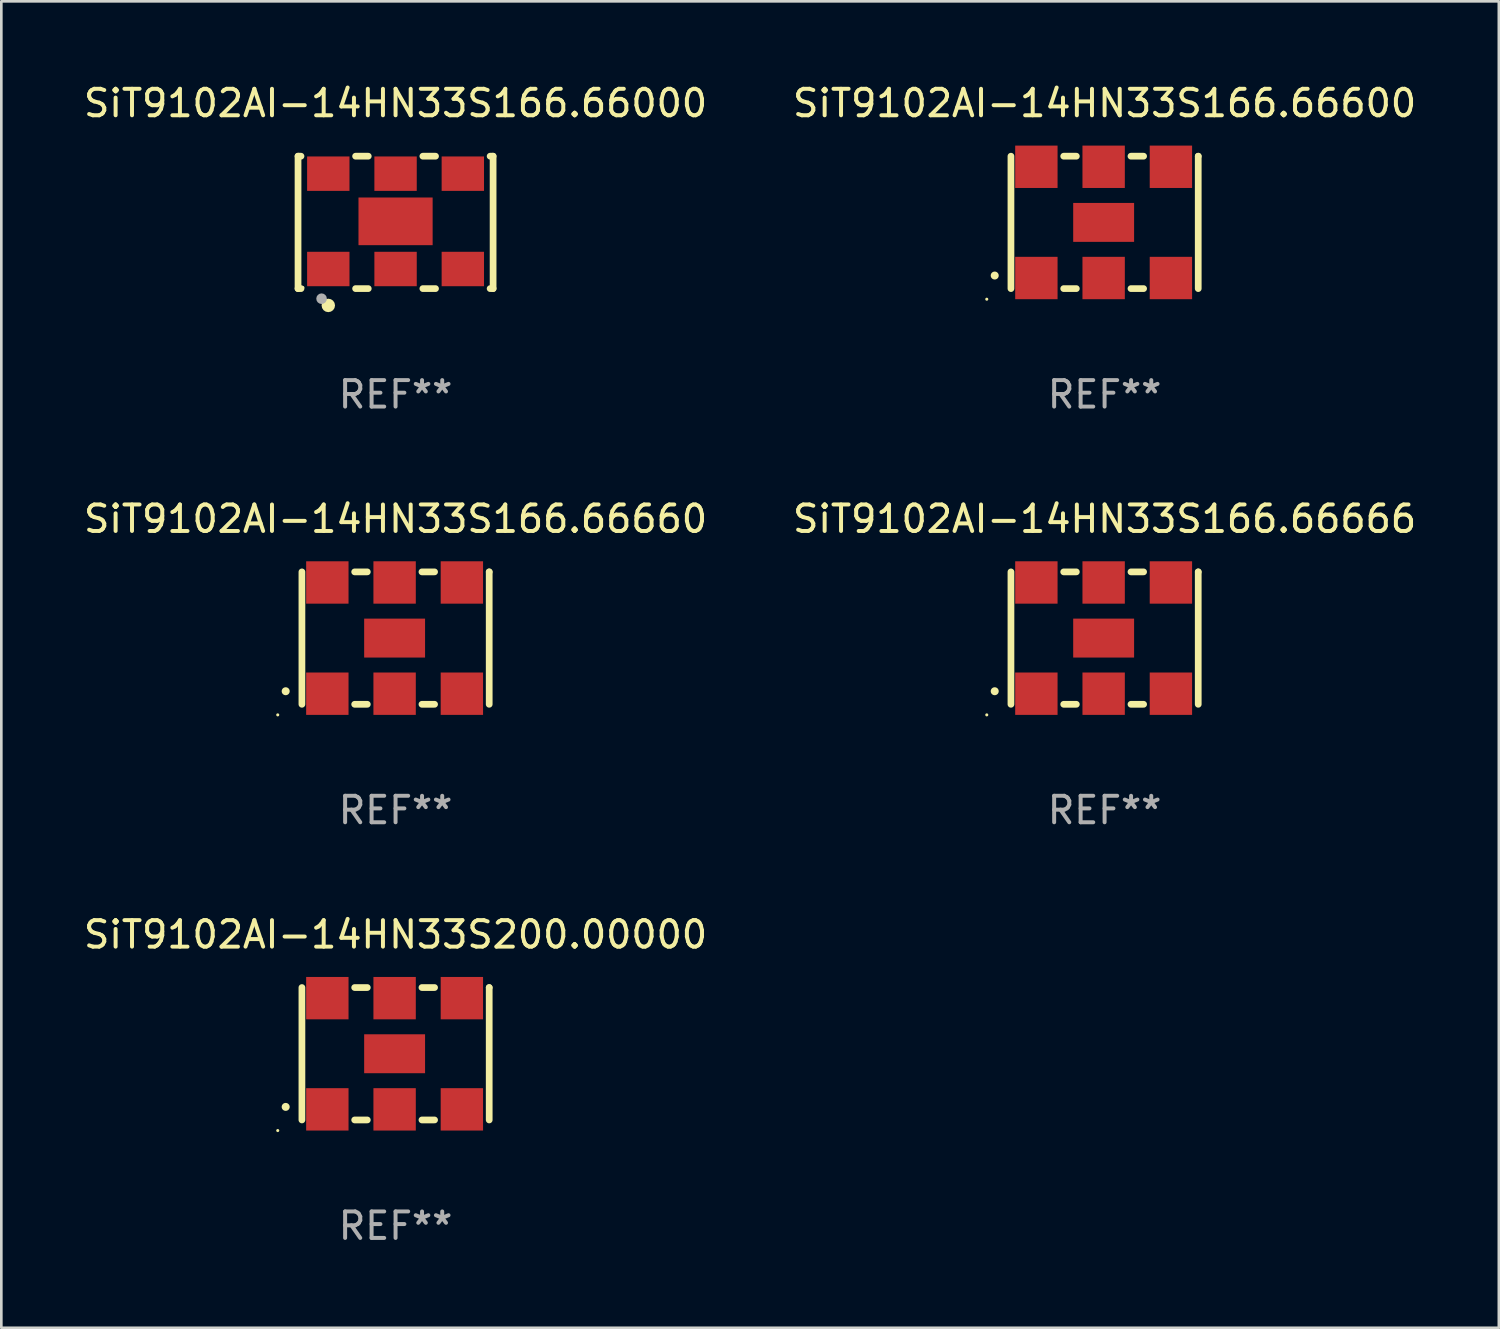
<source format=kicad_pcb>
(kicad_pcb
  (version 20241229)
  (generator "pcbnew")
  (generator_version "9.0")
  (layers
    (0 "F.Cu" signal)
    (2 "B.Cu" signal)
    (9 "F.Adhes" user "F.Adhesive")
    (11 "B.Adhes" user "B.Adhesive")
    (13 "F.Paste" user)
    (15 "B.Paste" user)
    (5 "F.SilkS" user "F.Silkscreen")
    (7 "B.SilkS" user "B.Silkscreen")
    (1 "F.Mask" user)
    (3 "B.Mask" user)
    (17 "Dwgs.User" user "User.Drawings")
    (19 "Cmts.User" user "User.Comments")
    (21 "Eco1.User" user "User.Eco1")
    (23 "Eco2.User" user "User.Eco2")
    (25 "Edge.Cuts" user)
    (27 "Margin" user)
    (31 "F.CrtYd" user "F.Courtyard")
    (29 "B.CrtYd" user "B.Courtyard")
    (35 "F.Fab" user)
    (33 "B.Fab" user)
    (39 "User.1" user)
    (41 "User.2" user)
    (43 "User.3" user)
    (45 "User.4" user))
  (footprint "SiT9102AI-14HN33S166.66600"
    (layer "F.Cu")
    (at 38.661 5.348)
    (property "Reference" "SiT9102AI-14HN33S166.66600" (at 0 -4.5 0) (layer "F.SilkS") (effects (font (size 1 1) (thickness 0.15))))
    (attr through_hole)
    (fp_line (start -3.536 -2.5) (end -3.536 2.5) (stroke (width 0.254) (type solid)) (layer "F.SilkS"))
    (fp_line (start -1.544 2.5) (end -1.067 2.5) (stroke (width 0.254) (type solid)) (layer "F.SilkS"))
    (fp_line (start -1.067 -2.5) (end -1.544 -2.5) (stroke (width 0.254) (type solid)) (layer "F.SilkS"))
    (fp_line (start 0.996 2.5) (end 1.473 2.5) (stroke (width 0.254) (type solid)) (layer "F.SilkS"))
    (fp_line (start 1.473 -2.5) (end 0.996 -2.5) (stroke (width 0.254) (type solid)) (layer "F.SilkS"))
    (fp_line (start 3.536 -2.5) (end 3.536 -2.5) (stroke (width 0.254) (type solid)) (layer "F.SilkS"))
    (fp_line (start 3.536 2.5) (end 3.536 -2.5) (stroke (width 0.254) (type solid)) (layer "F.SilkS"))
    (fp_arc (start -4.150432 2.006604) (mid -4.149162 2.006599) (end -4.147892 2.006604) (stroke (width 0.3) (type solid)) (layer "F.SilkS"))
    (fp_circle (center -4.449 2.9) (end -4.419 2.9) (stroke (width 0.06) (type solid)) (fill no) (layer "F.SilkS"))
    (fp_text user "REF**" (at 0 6.5 0) (layer "F.Fab") (effects (font (size 1 1) (thickness 0.15))))
    (pad "1" smd rect (at -2.576 2.1) (size 1.6 1.6) (layers "F.Cu" "F.Mask" "F.Paste"))
    (pad "2" smd rect (at -0.036 2.1) (size 1.6 1.6) (layers "F.Cu" "F.Mask" "F.Paste"))
    (pad "3" smd rect (at 2.504 2.1) (size 1.6 1.6) (layers "F.Cu" "F.Mask" "F.Paste"))
    (pad "4" smd rect (at 2.504 -2.1) (size 1.6 1.6) (layers "F.Cu" "F.Mask" "F.Paste"))
    (pad "5" smd rect (at -0.036 -2.1) (size 1.6 1.6) (layers "F.Cu" "F.Mask" "F.Paste"))
    (pad "6" smd rect (at -2.576 -2.1) (size 1.6 1.6) (layers "F.Cu" "F.Mask" "F.Paste"))
    (pad "7" smd rect (at -0.036 0) (size 2.3 1.47) (layers "F.Cu" "F.Mask" "F.Paste")))
  (footprint "SiT9102AI-14HN33S200.00000"
    (layer "F.Cu")
    (at 11.887 36.741)
    (property "Reference" "SiT9102AI-14HN33S200.00000" (at 0 -4.5 0) (layer "F.SilkS") (effects (font (size 1 1) (thickness 0.15))))
    (attr through_hole)
    (fp_line (start -3.536 -2.5) (end -3.536 2.5) (stroke (width 0.254) (type solid)) (layer "F.SilkS"))
    (fp_line (start -1.544 2.5) (end -1.067 2.5) (stroke (width 0.254) (type solid)) (layer "F.SilkS"))
    (fp_line (start -1.067 -2.5) (end -1.544 -2.5) (stroke (width 0.254) (type solid)) (layer "F.SilkS"))
    (fp_line (start 0.996 2.5) (end 1.473 2.5) (stroke (width 0.254) (type solid)) (layer "F.SilkS"))
    (fp_line (start 1.473 -2.5) (end 0.996 -2.5) (stroke (width 0.254) (type solid)) (layer "F.SilkS"))
    (fp_line (start 3.536 -2.5) (end 3.536 -2.5) (stroke (width 0.254) (type solid)) (layer "F.SilkS"))
    (fp_line (start 3.536 2.5) (end 3.536 -2.5) (stroke (width 0.254) (type solid)) (layer "F.SilkS"))
    (fp_arc (start -4.150432 2.006604) (mid -4.149162 2.006599) (end -4.147892 2.006604) (stroke (width 0.3) (type solid)) (layer "F.SilkS"))
    (fp_circle (center -4.449 2.9) (end -4.419 2.9) (stroke (width 0.06) (type solid)) (fill no) (layer "F.SilkS"))
    (fp_text user "REF**" (at 0 6.5 0) (layer "F.Fab") (effects (font (size 1 1) (thickness 0.15))))
    (pad "1" smd rect (at -2.576 2.1) (size 1.6 1.6) (layers "F.Cu" "F.Mask" "F.Paste"))
    (pad "2" smd rect (at -0.036 2.1) (size 1.6 1.6) (layers "F.Cu" "F.Mask" "F.Paste"))
    (pad "3" smd rect (at 2.504 2.1) (size 1.6 1.6) (layers "F.Cu" "F.Mask" "F.Paste"))
    (pad "4" smd rect (at 2.504 -2.1) (size 1.6 1.6) (layers "F.Cu" "F.Mask" "F.Paste"))
    (pad "5" smd rect (at -0.036 -2.1) (size 1.6 1.6) (layers "F.Cu" "F.Mask" "F.Paste"))
    (pad "6" smd rect (at -2.576 -2.1) (size 1.6 1.6) (layers "F.Cu" "F.Mask" "F.Paste"))
    (pad "7" smd rect (at -0.036 0) (size 2.3 1.47) (layers "F.Cu" "F.Mask" "F.Paste")))
  (footprint "SiT9102AI-14HN33S166.66666"
    (layer "F.Cu")
    (at 38.661 21.045)
    (property "Reference" "SiT9102AI-14HN33S166.66666" (at 0 -4.5 0) (layer "F.SilkS") (effects (font (size 1 1) (thickness 0.15))))
    (attr through_hole)
    (fp_line (start -3.536 -2.5) (end -3.536 2.5) (stroke (width 0.254) (type solid)) (layer "F.SilkS"))
    (fp_line (start -1.544 2.5) (end -1.067 2.5) (stroke (width 0.254) (type solid)) (layer "F.SilkS"))
    (fp_line (start -1.067 -2.5) (end -1.544 -2.5) (stroke (width 0.254) (type solid)) (layer "F.SilkS"))
    (fp_line (start 0.996 2.5) (end 1.473 2.5) (stroke (width 0.254) (type solid)) (layer "F.SilkS"))
    (fp_line (start 1.473 -2.5) (end 0.996 -2.5) (stroke (width 0.254) (type solid)) (layer "F.SilkS"))
    (fp_line (start 3.536 -2.5) (end 3.536 -2.5) (stroke (width 0.254) (type solid)) (layer "F.SilkS"))
    (fp_line (start 3.536 2.5) (end 3.536 -2.5) (stroke (width 0.254) (type solid)) (layer "F.SilkS"))
    (fp_arc (start -4.150432 2.006604) (mid -4.149162 2.006599) (end -4.147892 2.006604) (stroke (width 0.3) (type solid)) (layer "F.SilkS"))
    (fp_circle (center -4.449 2.9) (end -4.419 2.9) (stroke (width 0.06) (type solid)) (fill no) (layer "F.SilkS"))
    (fp_text user "REF**" (at 0 6.5 0) (layer "F.Fab") (effects (font (size 1 1) (thickness 0.15))))
    (pad "1" smd rect (at -2.576 2.1) (size 1.6 1.6) (layers "F.Cu" "F.Mask" "F.Paste"))
    (pad "2" smd rect (at -0.036 2.1) (size 1.6 1.6) (layers "F.Cu" "F.Mask" "F.Paste"))
    (pad "3" smd rect (at 2.504 2.1) (size 1.6 1.6) (layers "F.Cu" "F.Mask" "F.Paste"))
    (pad "4" smd rect (at 2.504 -2.1) (size 1.6 1.6) (layers "F.Cu" "F.Mask" "F.Paste"))
    (pad "5" smd rect (at -0.036 -2.1) (size 1.6 1.6) (layers "F.Cu" "F.Mask" "F.Paste"))
    (pad "6" smd rect (at -2.576 -2.1) (size 1.6 1.6) (layers "F.Cu" "F.Mask" "F.Paste"))
    (pad "7" smd rect (at -0.036 0) (size 2.3 1.47) (layers "F.Cu" "F.Mask" "F.Paste")))
  (footprint "SiT9102AI-14HN33S166.66000"
    (layer "F.Cu")
    (at 11.887 5.348)
    (property "Reference" "SiT9102AI-14HN33S166.66000" (at 0 -4.5 0) (layer "F.SilkS") (effects (font (size 1 1) (thickness 0.15))))
    (attr through_hole)
    (fp_line (start -3.683 -2.5) (end -3.571 -2.5) (stroke (width 0.254) (type solid)) (layer "F.SilkS"))
    (fp_line (start -3.683 2.5) (end -3.683 -2.5) (stroke (width 0.254) (type solid)) (layer "F.SilkS"))
    (fp_line (start -3.683 2.5) (end -3.571 2.5) (stroke (width 0.254) (type solid)) (layer "F.SilkS"))
    (fp_line (start -1.509 -2.5) (end -1.031 -2.5) (stroke (width 0.254) (type solid)) (layer "F.SilkS"))
    (fp_line (start -1.509 2.5) (end -1.031 2.5) (stroke (width 0.254) (type solid)) (layer "F.SilkS"))
    (fp_line (start 1.031 -2.5) (end 1.509 -2.5) (stroke (width 0.254) (type solid)) (layer "F.SilkS"))
    (fp_line (start 1.031 2.5) (end 1.509 2.5) (stroke (width 0.254) (type solid)) (layer "F.SilkS"))
    (fp_line (start 3.571 -2.5) (end 3.683 -2.5) (stroke (width 0.254) (type solid)) (layer "F.SilkS"))
    (fp_line (start 3.571 2.5) (end 3.683 2.5) (stroke (width 0.254) (type solid)) (layer "F.SilkS"))
    (fp_line (start 3.683 2.5) (end 3.683 -2.5) (stroke (width 0.254) (type solid)) (layer "F.SilkS"))
    (fp_circle (center -3.5 2.46) (end -3.47 2.46) (stroke (width 0.06) (type solid)) (fill no) (layer "F.SilkS"))
    (fp_circle (center -2.54 3.135) (end -2.413 3.135) (stroke (width 0.254) (type solid)) (fill no) (layer "F.SilkS"))
    (fp_circle (center -2.794 2.881) (end -2.694 2.881) (stroke (width 0.2) (type solid)) (fill no) (layer "F.Fab"))
    (fp_text user "REF**" (at 0 6.5 0) (layer "F.Fab") (effects (font (size 1 1) (thickness 0.15))))
    (pad "1" smd rect (at -2.54 1.76) (size 1.6 1.3) (layers "F.Cu" "F.Mask" "F.Paste"))
    (pad "2" smd rect (at 0 1.76) (size 1.6 1.3) (layers "F.Cu" "F.Mask" "F.Paste"))
    (pad "3" smd rect (at 2.54 1.76) (size 1.6 1.3) (layers "F.Cu" "F.Mask" "F.Paste"))
    (pad "4" smd rect (at 2.54 -1.84) (size 1.6 1.3) (layers "F.Cu" "F.Mask" "F.Paste"))
    (pad "5" smd rect (at 0 -1.84) (size 1.6 1.3) (layers "F.Cu" "F.Mask" "F.Paste"))
    (pad "6" smd rect (at -2.54 -1.84) (size 1.6 1.3) (layers "F.Cu" "F.Mask" "F.Paste"))
    (pad "7" smd rect (at 0 -0.04) (size 2.8 1.8) (layers "F.Cu" "F.Mask" "F.Paste")))
  (footprint "SiT9102AI-14HN33S166.66660"
    (layer "F.Cu")
    (at 11.887 21.045)
    (property "Reference" "SiT9102AI-14HN33S166.66660" (at 0 -4.5 0) (layer "F.SilkS") (effects (font (size 1 1) (thickness 0.15))))
    (attr through_hole)
    (fp_line (start -3.536 -2.5) (end -3.536 2.5) (stroke (width 0.254) (type solid)) (layer "F.SilkS"))
    (fp_line (start -1.544 2.5) (end -1.067 2.5) (stroke (width 0.254) (type solid)) (layer "F.SilkS"))
    (fp_line (start -1.067 -2.5) (end -1.544 -2.5) (stroke (width 0.254) (type solid)) (layer "F.SilkS"))
    (fp_line (start 0.996 2.5) (end 1.473 2.5) (stroke (width 0.254) (type solid)) (layer "F.SilkS"))
    (fp_line (start 1.473 -2.5) (end 0.996 -2.5) (stroke (width 0.254) (type solid)) (layer "F.SilkS"))
    (fp_line (start 3.536 -2.5) (end 3.536 -2.5) (stroke (width 0.254) (type solid)) (layer "F.SilkS"))
    (fp_line (start 3.536 2.5) (end 3.536 -2.5) (stroke (width 0.254) (type solid)) (layer "F.SilkS"))
    (fp_arc (start -4.150432 2.006604) (mid -4.149162 2.006599) (end -4.147892 2.006604) (stroke (width 0.3) (type solid)) (layer "F.SilkS"))
    (fp_circle (center -4.449 2.9) (end -4.419 2.9) (stroke (width 0.06) (type solid)) (fill no) (layer "F.SilkS"))
    (fp_text user "REF**" (at 0 6.5 0) (layer "F.Fab") (effects (font (size 1 1) (thickness 0.15))))
    (pad "1" smd rect (at -2.576 2.1) (size 1.6 1.6) (layers "F.Cu" "F.Mask" "F.Paste"))
    (pad "2" smd rect (at -0.036 2.1) (size 1.6 1.6) (layers "F.Cu" "F.Mask" "F.Paste"))
    (pad "3" smd rect (at 2.504 2.1) (size 1.6 1.6) (layers "F.Cu" "F.Mask" "F.Paste"))
    (pad "4" smd rect (at 2.504 -2.1) (size 1.6 1.6) (layers "F.Cu" "F.Mask" "F.Paste"))
    (pad "5" smd rect (at -0.036 -2.1) (size 1.6 1.6) (layers "F.Cu" "F.Mask" "F.Paste"))
    (pad "6" smd rect (at -2.576 -2.1) (size 1.6 1.6) (layers "F.Cu" "F.Mask" "F.Paste"))
    (pad "7" smd rect (at -0.036 0) (size 2.3 1.47) (layers "F.Cu" "F.Mask" "F.Paste")))
  (gr_rect
    (start -3 -3)
    (end 53.548 47.09)
    (stroke (width 0.1) (type default))
    (fill no)
    (layer "Edge.Cuts")))
</source>
